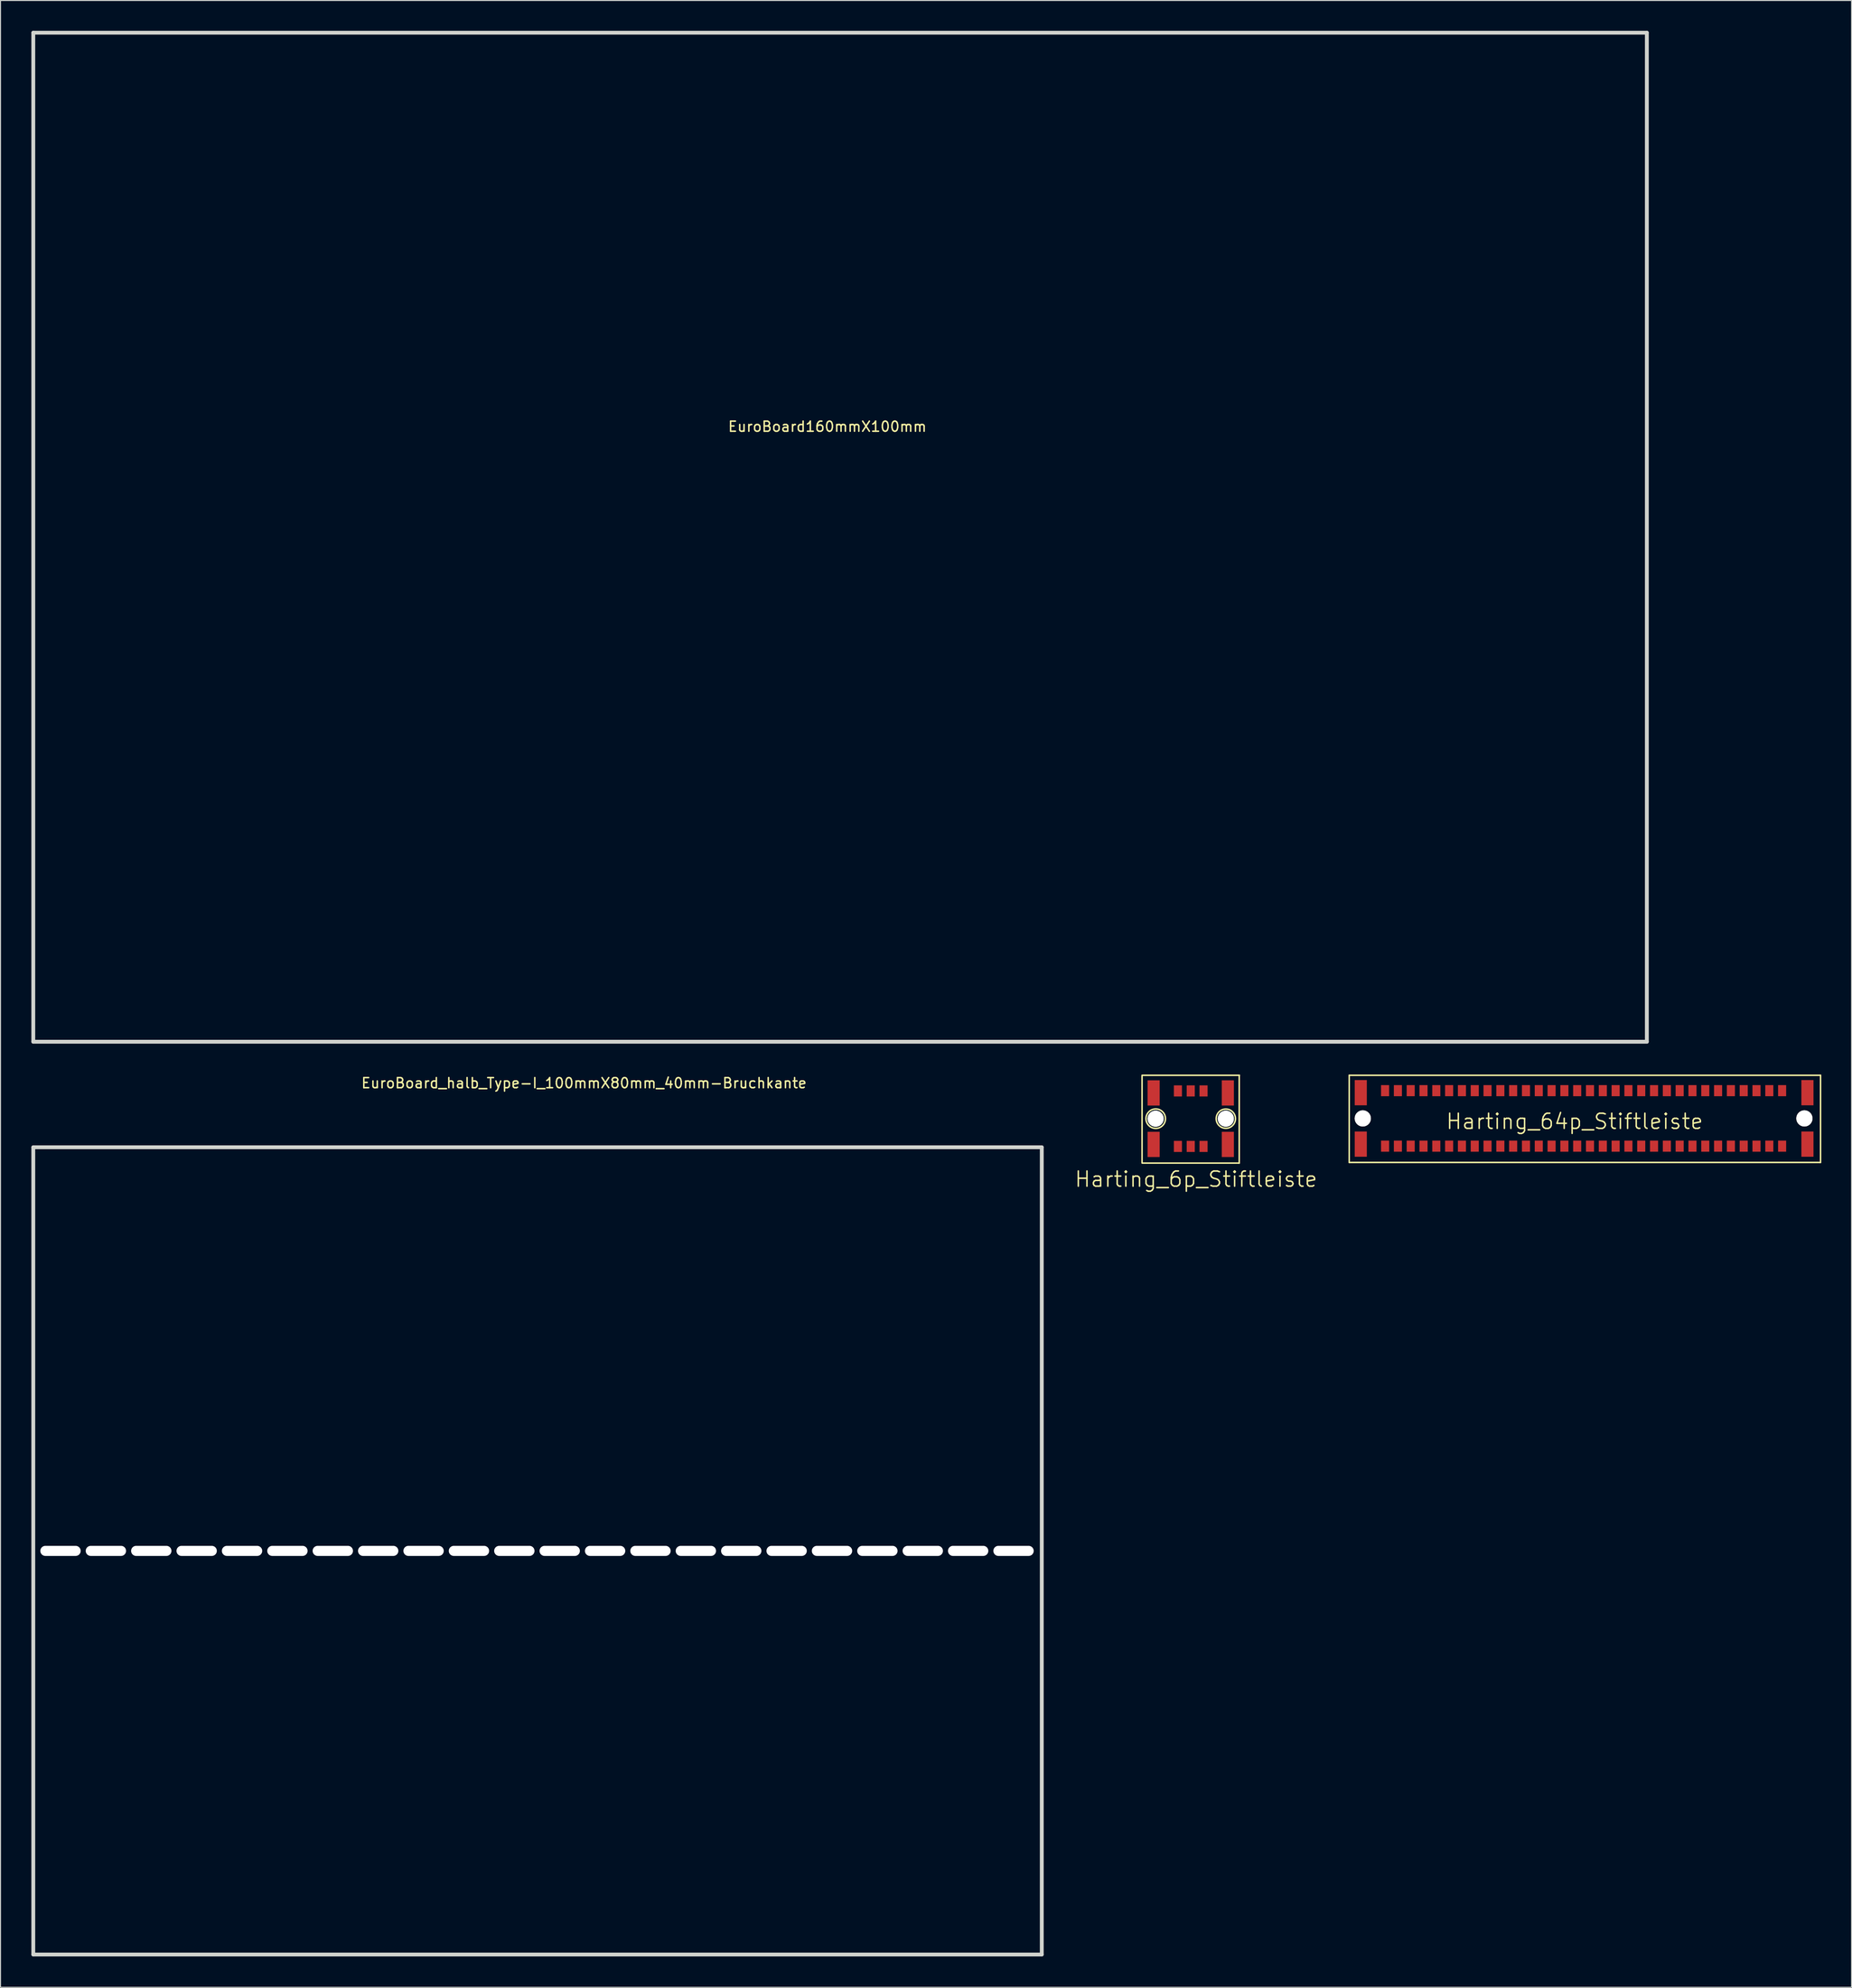
<source format=kicad_pcb>
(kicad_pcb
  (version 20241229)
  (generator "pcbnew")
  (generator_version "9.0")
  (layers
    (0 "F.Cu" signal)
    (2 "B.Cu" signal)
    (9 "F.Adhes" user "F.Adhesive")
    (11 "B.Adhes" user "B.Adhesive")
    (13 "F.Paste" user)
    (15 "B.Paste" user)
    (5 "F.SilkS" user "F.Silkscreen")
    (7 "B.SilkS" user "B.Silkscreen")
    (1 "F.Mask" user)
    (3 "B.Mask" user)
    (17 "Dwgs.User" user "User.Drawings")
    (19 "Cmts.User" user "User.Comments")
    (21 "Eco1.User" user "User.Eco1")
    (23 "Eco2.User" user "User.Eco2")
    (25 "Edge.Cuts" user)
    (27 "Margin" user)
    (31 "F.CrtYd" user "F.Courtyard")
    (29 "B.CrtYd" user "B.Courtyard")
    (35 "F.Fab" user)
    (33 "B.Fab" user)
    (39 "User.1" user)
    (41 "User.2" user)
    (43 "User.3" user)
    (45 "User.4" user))
  (footprint "Harting_6p_Stiftleiste"
    (layer "F.Cu")
    (at 113.751 105.065)
    (property "Reference" "Harting_6p_Stiftleiste" (at 1.8 8.75 0) (layer "F.SilkS") (effects (font (size 1.5 1.5) (thickness 0.15))))
    (attr through_hole)
    (fp_line (start -3.556 7.112) (end -3.556 -1.524) (stroke (width 0.15) (type solid)) (layer "F.SilkS"))
    (fp_line (start -3.55 -1.55) (end 6.1 -1.55) (stroke (width 0.15) (type solid)) (layer "F.SilkS"))
    (fp_line (start -3.55 7.15) (end 6.05 7.15) (stroke (width 0.15) (type solid)) (layer "F.SilkS"))
    (fp_line (start 6.08 -1.474) (end 6.08 7.162) (stroke (width 0.15) (type solid)) (layer "F.SilkS"))
    (fp_circle (center -2.2 2.75) (end -1.85 1.85) (stroke (width 0.15) (type solid)) (fill no) (layer "F.SilkS"))
    (fp_circle (center 4.75 2.75) (end 4.85 1.8) (stroke (width 0.15) (type solid)) (fill no) (layer "F.SilkS"))
    (pad "1" smd rect (at 0 0) (size 0.8 1.1) (layers "F.Cu" "F.Mask" "F.Paste"))
    (pad "2" smd rect (at 0 5.5) (size 0.8 1.1) (layers "F.Cu" "F.Mask" "F.Paste"))
    (pad "3" smd rect (at 1.27 0) (size 0.8 1.1) (layers "F.Cu" "F.Mask" "F.Paste"))
    (pad "4" smd rect (at 1.27 5.5) (size 0.8 1.1) (layers "F.Cu" "F.Mask" "F.Paste"))
    (pad "5" smd rect (at 2.54 0) (size 0.8 1.1) (layers "F.Cu" "F.Mask" "F.Paste"))
    (pad "6" smd rect (at 2.54 5.5) (size 0.8 1.1) (layers "F.Cu" "F.Mask" "F.Paste"))
    (pad "65" smd rect (at 4.95 0.2) (size 1.2 2.5) (layers "F.Cu" "F.Mask" "F.Paste"))
    (pad "66" smd rect (at 4.95 5.3) (size 1.2 2.5) (layers "F.Cu" "F.Mask" "F.Paste"))
    (pad "67" smd rect (at -2.41 0.2) (size 1.2 2.5) (layers "F.Cu" "F.Mask" "F.Paste"))
    (pad "68" smd rect (at -2.41 5.3) (size 1.2 2.5) (layers "F.Cu" "F.Mask" "F.Paste"))
    (pad "72" thru_hole circle (at 4.75 2.75) (size 1.6 1.6) (drill 1.6) (layers "*.Cu" "*.Mask" "F.SilkS"))
    (pad "73" thru_hole circle (at -2.21 2.75) (size 1.6 1.6) (drill 1.6) (layers "*.Cu" "*.Mask" "F.SilkS")))
  (footprint "EuroBoard_halb_Type-I_100mmX80mm_40mm-Bruchkante"
    (layer "F.Cu")
    (at 0.25 190.649)
    (property "Reference" "EuroBoard_halb_Type-I_100mmX80mm_40mm-Bruchkante" (at 54.61 -86.36 0) (layer "F.SilkS") (effects (font (size 1 1) (thickness 0.15))))
    (attr through_hole)
    (fp_line (start 0 -80) (end 100 -80) (stroke (width 0.381) (type solid)) (layer "Edge.Cuts"))
    (fp_line (start 0 0) (end 0 -80) (stroke (width 0.381) (type solid)) (layer "Edge.Cuts"))
    (fp_line (start 100 -80) (end 100 0) (stroke (width 0.381) (type solid)) (layer "Edge.Cuts"))
    (fp_line (start 100 0) (end 0 0) (stroke (width 0.381) (type solid)) (layer "Edge.Cuts"))
    (pad "" np_thru_hole oval (at 2.7 -40) (size 4 1) (drill oval 4 1) (layers "*.Cu" "*.Mask"))
    (pad "" np_thru_hole oval (at 7.2 -40) (size 4 1) (drill oval 4 1) (layers "*.Cu" "*.Mask"))
    (pad "" np_thru_hole oval (at 11.7 -40) (size 4 1) (drill oval 4 1) (layers "*.Cu" "*.Mask"))
    (pad "" np_thru_hole oval (at 16.2 -40) (size 4 1) (drill oval 4 1) (layers "*.Cu" "*.Mask"))
    (pad "" np_thru_hole oval (at 20.7 -40) (size 4 1) (drill oval 4 1) (layers "*.Cu" "*.Mask"))
    (pad "" np_thru_hole oval (at 25.2 -40) (size 4 1) (drill oval 4 1) (layers "*.Cu" "*.Mask"))
    (pad "" np_thru_hole oval (at 29.7 -40) (size 4 1) (drill oval 4 1) (layers "*.Cu" "*.Mask"))
    (pad "" np_thru_hole oval (at 34.2 -40) (size 4 1) (drill oval 4 1) (layers "*.Cu" "*.Mask"))
    (pad "" np_thru_hole oval (at 38.7 -40) (size 4 1) (drill oval 4 1) (layers "*.Cu" "*.Mask"))
    (pad "" np_thru_hole oval (at 43.2 -40) (size 4 1) (drill oval 4 1) (layers "*.Cu" "*.Mask"))
    (pad "" np_thru_hole oval (at 47.7 -40) (size 4 1) (drill oval 4 1) (layers "*.Cu" "*.Mask"))
    (pad "" np_thru_hole oval (at 52.2 -40) (size 4 1) (drill oval 4 1) (layers "*.Cu" "*.Mask"))
    (pad "" np_thru_hole oval (at 56.7 -40) (size 4 1) (drill oval 4 1) (layers "*.Cu" "*.Mask"))
    (pad "" np_thru_hole oval (at 61.2 -40) (size 4 1) (drill oval 4 1) (layers "*.Cu" "*.Mask"))
    (pad "" np_thru_hole oval (at 65.7 -40) (size 4 1) (drill oval 4 1) (layers "*.Cu" "*.Mask"))
    (pad "" np_thru_hole oval (at 70.2 -40) (size 4 1) (drill oval 4 1) (layers "*.Cu" "*.Mask"))
    (pad "" np_thru_hole oval (at 74.7 -40) (size 4 1) (drill oval 4 1) (layers "*.Cu" "*.Mask"))
    (pad "" np_thru_hole oval (at 79.2 -40) (size 4 1) (drill oval 4 1) (layers "*.Cu" "*.Mask"))
    (pad "" np_thru_hole oval (at 83.7 -40) (size 4 1) (drill oval 4 1) (layers "*.Cu" "*.Mask"))
    (pad "" np_thru_hole oval (at 88.2 -40) (size 4 1) (drill oval 4 1) (layers "*.Cu" "*.Mask"))
    (pad "" np_thru_hole oval (at 92.7 -40) (size 4 1) (drill oval 4 1) (layers "*.Cu" "*.Mask"))
    (pad "" np_thru_hole oval (at 97.2 -40) (size 4 1) (drill oval 4 1) (layers "*.Cu" "*.Mask")))
  (footprint "Harting_64p_Stiftleiste"
    (layer "F.Cu")
    (at 134.293 105.039)
    (property "Reference" "Harting_64p_Stiftleiste" (at 18.796 3.048 0) (layer "F.SilkS") (effects (font (size 1.5 1.5) (thickness 0.15))))
    (attr through_hole)
    (fp_line (start -3.556 -1.524) (end 43.18 -1.524) (stroke (width 0.15) (type solid)) (layer "F.SilkS"))
    (fp_line (start -3.556 7.112) (end -3.556 -1.524) (stroke (width 0.15) (type solid)) (layer "F.SilkS"))
    (fp_line (start 43.18 -1.524) (end 43.18 7.112) (stroke (width 0.15) (type solid)) (layer "F.SilkS"))
    (fp_line (start 43.18 7.112) (end -3.556 7.112) (stroke (width 0.15) (type solid)) (layer "F.SilkS"))
    (pad "1" smd rect (at 0 0) (size 0.8 1.1) (layers "F.Cu" "F.Mask" "F.Paste"))
    (pad "2" smd rect (at 0 5.5) (size 0.8 1.1) (layers "F.Cu" "F.Mask" "F.Paste"))
    (pad "3" smd rect (at 1.27 0) (size 0.8 1.1) (layers "F.Cu" "F.Mask" "F.Paste"))
    (pad "4" smd rect (at 1.27 5.5) (size 0.8 1.1) (layers "F.Cu" "F.Mask" "F.Paste"))
    (pad "5" smd rect (at 2.54 0) (size 0.8 1.1) (layers "F.Cu" "F.Mask" "F.Paste"))
    (pad "6" smd rect (at 2.54 5.5) (size 0.8 1.1) (layers "F.Cu" "F.Mask" "F.Paste"))
    (pad "7" smd rect (at 3.81 0) (size 0.8 1.1) (layers "F.Cu" "F.Mask" "F.Paste"))
    (pad "8" smd rect (at 3.81 5.5) (size 0.8 1.1) (layers "F.Cu" "F.Mask" "F.Paste"))
    (pad "9" smd rect (at 5.08 0) (size 0.8 1.1) (layers "F.Cu" "F.Mask" "F.Paste"))
    (pad "10" smd rect (at 5.08 5.5) (size 0.8 1.1) (layers "F.Cu" "F.Mask" "F.Paste"))
    (pad "11" smd rect (at 6.35 0) (size 0.8 1.1) (layers "F.Cu" "F.Mask" "F.Paste"))
    (pad "12" smd rect (at 6.35 5.5) (size 0.8 1.1) (layers "F.Cu" "F.Mask" "F.Paste"))
    (pad "13" smd rect (at 7.62 0) (size 0.8 1.1) (layers "F.Cu" "F.Mask" "F.Paste"))
    (pad "14" smd rect (at 7.62 5.5) (size 0.8 1.1) (layers "F.Cu" "F.Mask" "F.Paste"))
    (pad "15" smd rect (at 8.89 0) (size 0.8 1.1) (layers "F.Cu" "F.Mask" "F.Paste"))
    (pad "16" smd rect (at 8.89 5.5) (size 0.8 1.1) (layers "F.Cu" "F.Mask" "F.Paste"))
    (pad "17" smd rect (at 10.16 0) (size 0.8 1.1) (layers "F.Cu" "F.Mask" "F.Paste"))
    (pad "18" smd rect (at 10.16 5.5) (size 0.8 1.1) (layers "F.Cu" "F.Mask" "F.Paste"))
    (pad "19" smd rect (at 11.43 0) (size 0.8 1.1) (layers "F.Cu" "F.Mask" "F.Paste"))
    (pad "20" smd rect (at 11.43 5.5) (size 0.8 1.1) (layers "F.Cu" "F.Mask" "F.Paste"))
    (pad "21" smd rect (at 12.7 0) (size 0.8 1.1) (layers "F.Cu" "F.Mask" "F.Paste"))
    (pad "22" smd rect (at 12.7 5.5) (size 0.8 1.1) (layers "F.Cu" "F.Mask" "F.Paste"))
    (pad "23" smd rect (at 13.97 0) (size 0.8 1.1) (layers "F.Cu" "F.Mask" "F.Paste"))
    (pad "24" smd rect (at 13.97 5.5) (size 0.8 1.1) (layers "F.Cu" "F.Mask" "F.Paste"))
    (pad "25" smd rect (at 15.24 0) (size 0.8 1.1) (layers "F.Cu" "F.Mask" "F.Paste"))
    (pad "26" smd rect (at 15.24 5.5) (size 0.8 1.1) (layers "F.Cu" "F.Mask" "F.Paste"))
    (pad "27" smd rect (at 16.51 0) (size 0.8 1.1) (layers "F.Cu" "F.Mask" "F.Paste"))
    (pad "28" smd rect (at 16.51 5.5) (size 0.8 1.1) (layers "F.Cu" "F.Mask" "F.Paste"))
    (pad "29" smd rect (at 17.78 0) (size 0.8 1.1) (layers "F.Cu" "F.Mask" "F.Paste"))
    (pad "30" smd rect (at 17.78 5.5) (size 0.8 1.1) (layers "F.Cu" "F.Mask" "F.Paste"))
    (pad "31" smd rect (at 19.05 0) (size 0.8 1.1) (layers "F.Cu" "F.Mask" "F.Paste"))
    (pad "32" smd rect (at 19.05 5.5) (size 0.8 1.1) (layers "F.Cu" "F.Mask" "F.Paste"))
    (pad "33" smd rect (at 20.32 0) (size 0.8 1.1) (layers "F.Cu" "F.Mask" "F.Paste"))
    (pad "34" smd rect (at 20.32 5.5) (size 0.8 1.1) (layers "F.Cu" "F.Mask" "F.Paste"))
    (pad "35" smd rect (at 21.59 0) (size 0.8 1.1) (layers "F.Cu" "F.Mask" "F.Paste"))
    (pad "36" smd rect (at 21.59 5.5) (size 0.8 1.1) (layers "F.Cu" "F.Mask" "F.Paste"))
    (pad "37" smd rect (at 22.86 0) (size 0.8 1.1) (layers "F.Cu" "F.Mask" "F.Paste"))
    (pad "38" smd rect (at 22.86 5.5) (size 0.8 1.1) (layers "F.Cu" "F.Mask" "F.Paste"))
    (pad "39" smd rect (at 24.13 0) (size 0.8 1.1) (layers "F.Cu" "F.Mask" "F.Paste"))
    (pad "40" smd rect (at 24.13 5.5) (size 0.8 1.1) (layers "F.Cu" "F.Mask" "F.Paste"))
    (pad "41" smd rect (at 25.4 0) (size 0.8 1.1) (layers "F.Cu" "F.Mask" "F.Paste"))
    (pad "42" smd rect (at 25.4 5.5) (size 0.8 1.1) (layers "F.Cu" "F.Mask" "F.Paste"))
    (pad "43" smd rect (at 26.67 0) (size 0.8 1.1) (layers "F.Cu" "F.Mask" "F.Paste"))
    (pad "44" smd rect (at 26.67 5.5) (size 0.8 1.1) (layers "F.Cu" "F.Mask" "F.Paste"))
    (pad "45" smd rect (at 27.94 0) (size 0.8 1.1) (layers "F.Cu" "F.Mask" "F.Paste"))
    (pad "46" smd rect (at 27.94 5.5) (size 0.8 1.1) (layers "F.Cu" "F.Mask" "F.Paste"))
    (pad "47" smd rect (at 29.21 0) (size 0.8 1.1) (layers "F.Cu" "F.Mask" "F.Paste"))
    (pad "48" smd rect (at 29.21 5.5) (size 0.8 1.1) (layers "F.Cu" "F.Mask" "F.Paste"))
    (pad "49" smd rect (at 30.48 0) (size 0.8 1.1) (layers "F.Cu" "F.Mask" "F.Paste"))
    (pad "50" smd rect (at 30.48 5.5) (size 0.8 1.1) (layers "F.Cu" "F.Mask" "F.Paste"))
    (pad "51" smd rect (at 31.75 0) (size 0.8 1.1) (layers "F.Cu" "F.Mask" "F.Paste"))
    (pad "52" smd rect (at 31.75 5.5) (size 0.8 1.1) (layers "F.Cu" "F.Mask" "F.Paste"))
    (pad "53" smd rect (at 33.02 0) (size 0.8 1.1) (layers "F.Cu" "F.Mask" "F.Paste"))
    (pad "54" smd rect (at 33.02 5.5) (size 0.8 1.1) (layers "F.Cu" "F.Mask" "F.Paste"))
    (pad "55" smd rect (at 34.29 0) (size 0.8 1.1) (layers "F.Cu" "F.Mask" "F.Paste"))
    (pad "56" smd rect (at 34.29 5.5) (size 0.8 1.1) (layers "F.Cu" "F.Mask" "F.Paste"))
    (pad "57" smd rect (at 35.56 0) (size 0.8 1.1) (layers "F.Cu" "F.Mask" "F.Paste"))
    (pad "58" smd rect (at 35.56 5.5) (size 0.8 1.1) (layers "F.Cu" "F.Mask" "F.Paste"))
    (pad "59" smd rect (at 36.83 0) (size 0.8 1.1) (layers "F.Cu" "F.Mask" "F.Paste"))
    (pad "60" smd rect (at 36.83 5.5) (size 0.8 1.1) (layers "F.Cu" "F.Mask" "F.Paste"))
    (pad "61" smd rect (at 38.1 0) (size 0.8 1.1) (layers "F.Cu" "F.Mask" "F.Paste"))
    (pad "62" smd rect (at 38.1 5.5) (size 0.8 1.1) (layers "F.Cu" "F.Mask" "F.Paste"))
    (pad "63" smd rect (at 39.37 0) (size 0.8 1.1) (layers "F.Cu" "F.Mask" "F.Paste"))
    (pad "64" smd rect (at 39.37 5.5) (size 0.8 1.1) (layers "F.Cu" "F.Mask" "F.Paste"))
    (pad "65" smd rect (at 41.88 0.2) (size 1.2 2.5) (layers "F.Cu" "F.Mask" "F.Paste"))
    (pad "66" smd rect (at 41.88 5.3) (size 1.2 2.5) (layers "F.Cu" "F.Mask" "F.Paste"))
    (pad "67" smd rect (at -2.41 0.2) (size 1.2 2.5) (layers "F.Cu" "F.Mask" "F.Paste"))
    (pad "68" smd rect (at -2.41 5.3) (size 1.2 2.5) (layers "F.Cu" "F.Mask" "F.Paste"))
    (pad "72" thru_hole circle (at 41.58 2.75) (size 1.6 1.6) (drill 1.6) (layers "*.Cu" "*.Mask" "F.SilkS"))
    (pad "73" thru_hole circle (at -2.21 2.75) (size 1.6 1.6) (drill 1.6) (layers "*.Cu" "*.Mask" "F.SilkS")))
  (footprint "EuroBoard160mmX100mm"
    (layer "F.Cu")
    (at 0.25 100.19)
    (property "Reference" "EuroBoard160mmX100mm" (at 78.74 -60.96 0) (layer "F.SilkS") (effects (font (size 1 1) (thickness 0.15))))
    (attr through_hole)
    (fp_line (start 0 -100) (end 0 0) (stroke (width 0.381) (type solid)) (layer "Edge.Cuts"))
    (fp_line (start 0 0) (end 160 0) (stroke (width 0.381) (type solid)) (layer "Edge.Cuts"))
    (fp_line (start 160 -100) (end 0 -100) (stroke (width 0.381) (type solid)) (layer "Edge.Cuts"))
    (fp_line (start 160 0) (end 160 -100) (stroke (width 0.381) (type solid)) (layer "Edge.Cuts")))
  (gr_rect
    (start -3 -3)
    (end 180.548 193.899)
    (stroke (width 0.1) (type default))
    (fill no)
    (layer "Edge.Cuts")))
</source>
